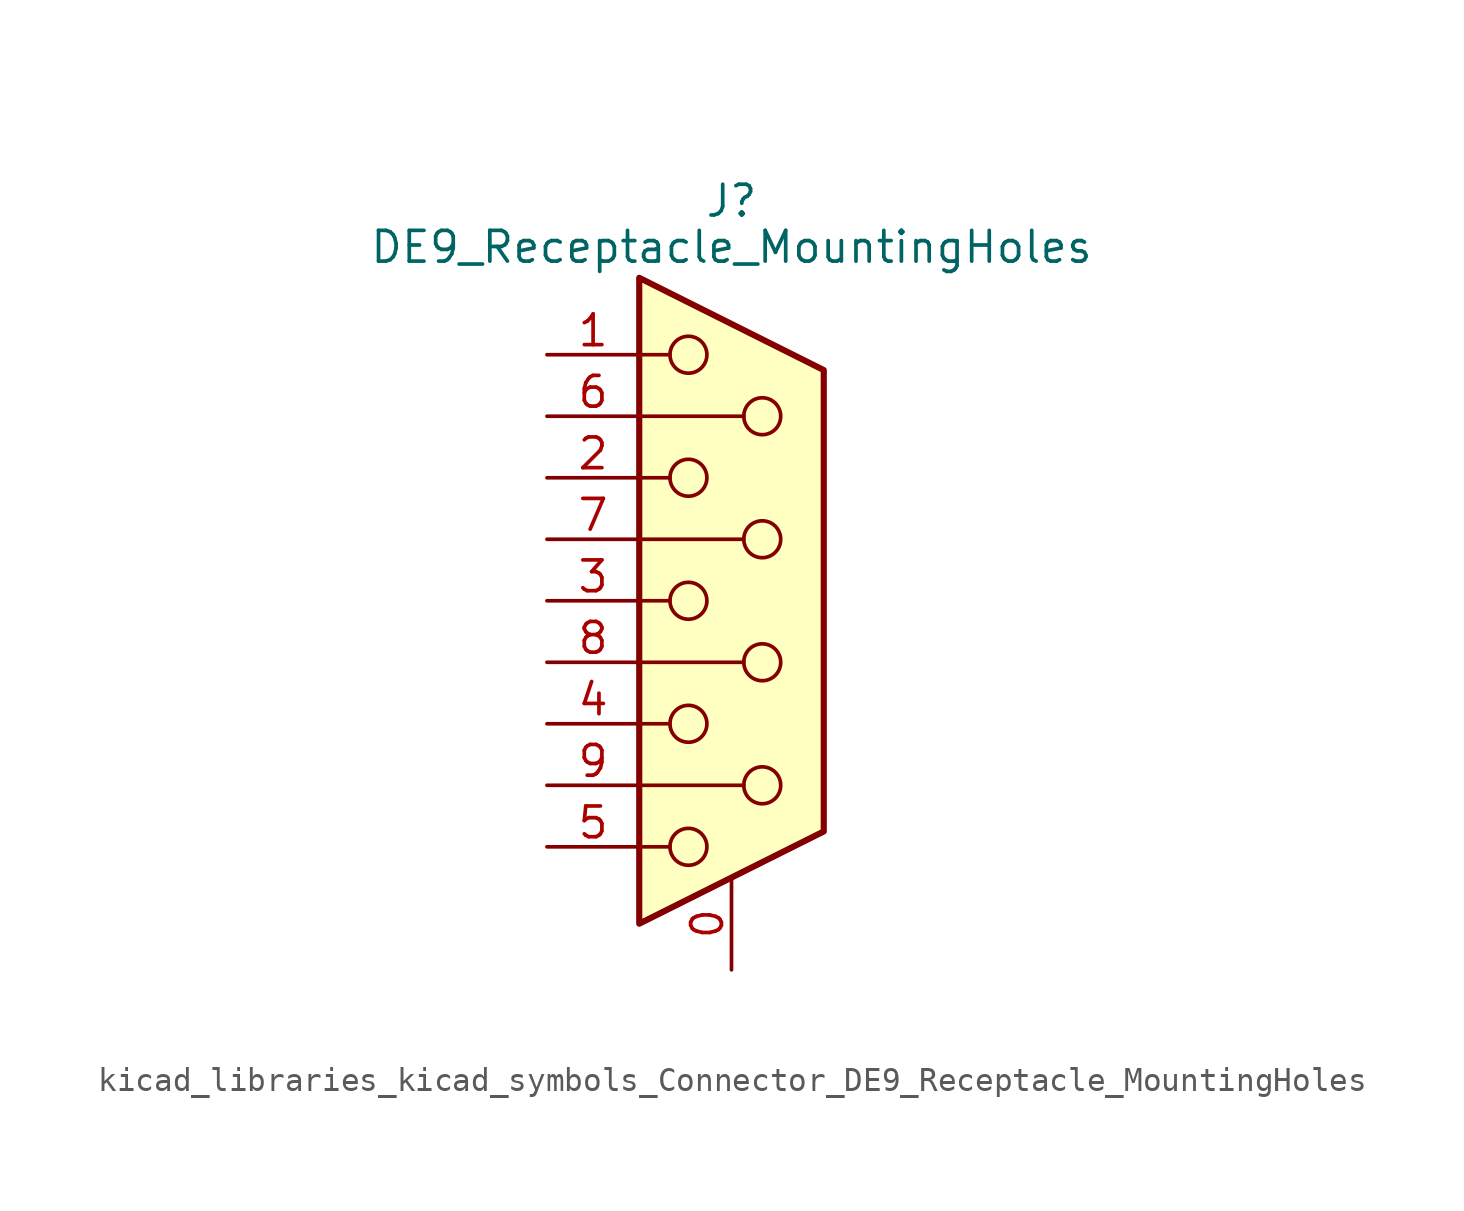
<source format=kicad_sym>
(kicad_symbol_lib
  (version 20220914)
  (generator kicad_symbol_editor)
  (symbol "kicad_libraries_kicad_symbols_Connector_DE9_Receptacle_MountingHoles"
    (pin_names
      (offset 1.016) hide)
    (property "Reference" "J"
      (at 0 16.51 0)
      (effects (font (size 1.27 1.27))))
    (property "Value" "DE9_Receptacle_MountingHoles"
      (at 0 14.605 0)
      (effects (font (size 1.27 1.27))))
    (symbol "kicad_libraries_kicad_symbols_Connector_DE9_Receptacle_MountingHoles_0_1"
      (circle (center -1.778 -10.16) (radius 0.762) (stroke (width 0) (type default)) (fill (type none)))
      (circle (center -1.778 -5.08) (radius 0.762) (stroke (width 0) (type default)) (fill (type none)))
      (circle (center -1.778 0) (radius 0.762) (stroke (width 0) (type default)) (fill (type none)))
      (circle (center -1.778 5.08) (radius 0.762) (stroke (width 0) (type default)) (fill (type none)))
      (circle (center -1.778 10.16) (radius 0.762) (stroke (width 0) (type default)) (fill (type none)))
      (polyline (pts (xy -3.81 -10.16) (xy -2.54 -10.16)) (stroke (width 0) (type default)) (fill (type none)))
      (polyline (pts (xy -3.81 -7.62) (xy 0.508 -7.62)) (stroke (width 0) (type default)) (fill (type none)))
      (polyline (pts (xy -3.81 -5.08) (xy -2.54 -5.08)) (stroke (width 0) (type default)) (fill (type none)))
      (polyline (pts (xy -3.81 -2.54) (xy 0.508 -2.54)) (stroke (width 0) (type default)) (fill (type none)))
      (polyline (pts (xy -3.81 0) (xy -2.54 0)) (stroke (width 0) (type default)) (fill (type none)))
      (polyline (pts (xy -3.81 2.54) (xy 0.508 2.54)) (stroke (width 0) (type default)) (fill (type none)))
      (polyline (pts (xy -3.81 5.08) (xy -2.54 5.08)) (stroke (width 0) (type default)) (fill (type none)))
      (polyline (pts (xy -3.81 7.62) (xy 0.508 7.62)) (stroke (width 0) (type default)) (fill (type none)))
      (polyline (pts (xy -3.81 10.16) (xy -2.54 10.16)) (stroke (width 0) (type default)) (fill (type none)))
      (polyline (pts (xy -3.81 13.335) (xy -3.81 -13.335) (xy 3.81 -9.525) (xy 3.81 9.525) (xy -3.81 13.335)) (stroke (width 0.254) (type default)) (fill (type background)))
      (circle (center 1.27 -7.62) (radius 0.762) (stroke (width 0) (type default)) (fill (type none)))
      (circle (center 1.27 -2.54) (radius 0.762) (stroke (width 0) (type default)) (fill (type none)))
      (circle (center 1.27 2.54) (radius 0.762) (stroke (width 0) (type default)) (fill (type none)))
      (circle (center 1.27 7.62) (radius 0.762) (stroke (width 0) (type default)) (fill (type none))))
    (symbol "kicad_libraries_kicad_symbols_Connector_DE9_Receptacle_MountingHoles_1_1"
      (pin passive line (at 0 -15.24 90) (length 3.81) (name "PAD" (effects (font (size 1.27 1.27)))) (number "0" (effects (font (size 1.27 1.27)))))
      (pin passive line (at -7.62 10.16 0) (length 3.81) (name "1" (effects (font (size 1.27 1.27)))) (number "1" (effects (font (size 1.27 1.27)))))
      (pin passive line (at -7.62 5.08 0) (length 3.81) (name "2" (effects (font (size 1.27 1.27)))) (number "2" (effects (font (size 1.27 1.27)))))
      (pin passive line (at -7.62 0 0) (length 3.81) (name "3" (effects (font (size 1.27 1.27)))) (number "3" (effects (font (size 1.27 1.27)))))
      (pin passive line (at -7.62 -5.08 0) (length 3.81) (name "4" (effects (font (size 1.27 1.27)))) (number "4" (effects (font (size 1.27 1.27)))))
      (pin passive line (at -7.62 -10.16 0) (length 3.81) (name "5" (effects (font (size 1.27 1.27)))) (number "5" (effects (font (size 1.27 1.27)))))
      (pin passive line (at -7.62 7.62 0) (length 3.81) (name "6" (effects (font (size 1.27 1.27)))) (number "6" (effects (font (size 1.27 1.27)))))
      (pin passive line (at -7.62 2.54 0) (length 3.81) (name "7" (effects (font (size 1.27 1.27)))) (number "7" (effects (font (size 1.27 1.27)))))
      (pin passive line (at -7.62 -2.54 0) (length 3.81) (name "8" (effects (font (size 1.27 1.27)))) (number "8" (effects (font (size 1.27 1.27)))))
      (pin passive line (at -7.62 -7.62 0) (length 3.81) (name "9" (effects (font (size 1.27 1.27)))) (number "9" (effects (font (size 1.27 1.27))))))))
</source>
